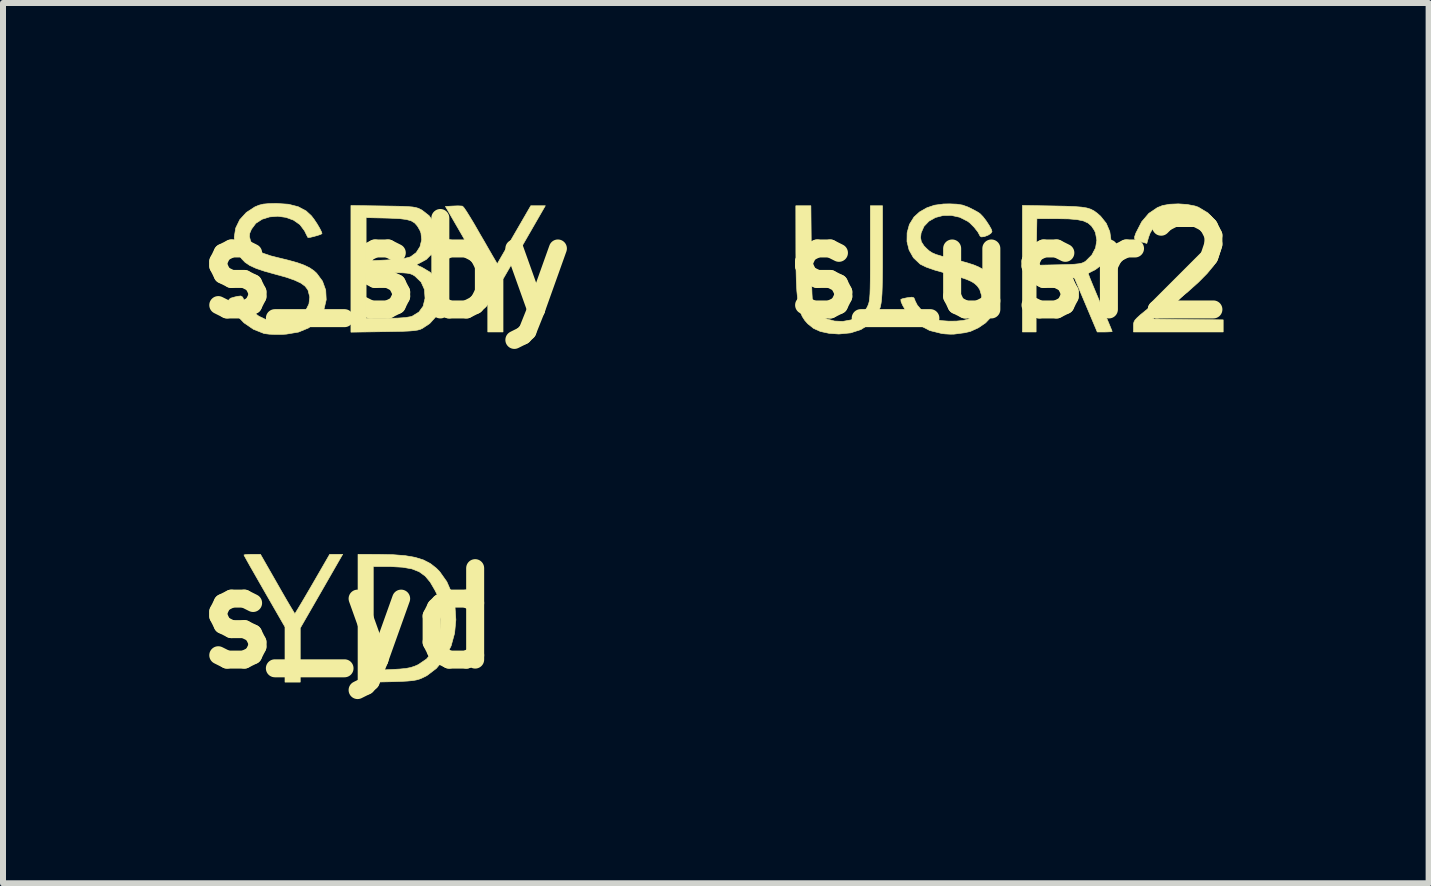
<source format=kicad_pcb>
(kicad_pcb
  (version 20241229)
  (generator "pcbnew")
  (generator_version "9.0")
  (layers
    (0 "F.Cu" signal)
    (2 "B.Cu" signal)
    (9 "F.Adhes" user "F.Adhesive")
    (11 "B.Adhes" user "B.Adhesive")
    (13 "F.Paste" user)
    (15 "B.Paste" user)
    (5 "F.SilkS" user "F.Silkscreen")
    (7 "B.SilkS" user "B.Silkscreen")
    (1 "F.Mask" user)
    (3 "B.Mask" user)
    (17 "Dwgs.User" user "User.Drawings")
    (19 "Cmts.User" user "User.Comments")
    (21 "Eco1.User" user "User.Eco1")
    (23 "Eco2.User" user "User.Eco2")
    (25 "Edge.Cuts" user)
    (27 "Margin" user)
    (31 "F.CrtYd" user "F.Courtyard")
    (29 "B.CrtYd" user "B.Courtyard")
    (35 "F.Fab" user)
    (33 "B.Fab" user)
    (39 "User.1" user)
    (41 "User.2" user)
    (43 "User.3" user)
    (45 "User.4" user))
  (footprint "s_usr2"
    (layer "F.Cu")
    (at 13.763 1.418)
    (property "Reference" "s_usr2" (at 0 0 0) (layer "F.SilkS") (effects (font (size 1.524 1.524) (thickness 0.3))))
    (attr through_hole)
    (fp_poly (pts (xy 2.974 -1.06) (xy 3.103 -1.035) (xy 3.16 -1.015) (xy 3.318 -0.92) (xy 3.438 -0.797) (xy 3.516 -0.651) (xy 3.55 -0.489) (xy 3.538 -0.317) (xy 3.484 -0.153) (xy 3.416 -0.043) (xy 3.308 0.088) (xy 3.164 0.234) (xy 2.988 0.392) (xy 2.785 0.557) (xy 2.7 0.622) (xy 2.397 0.849) (xy 2.985 0.856) (xy 3.574 0.863) (xy 3.574 1.065) (xy 2.079 1.065) (xy 2.079 0.965) (xy 2.08 0.929) (xy 2.087 0.898) (xy 2.104 0.867) (xy 2.139 0.829) (xy 2.194 0.779) (xy 2.277 0.711) (xy 2.391 0.621) (xy 2.463 0.565) (xy 2.698 0.379) (xy 2.89 0.216) (xy 3.041 0.076) (xy 3.152 -0.043) (xy 3.225 -0.141) (xy 3.242 -0.171) (xy 3.299 -0.329) (xy 3.31 -0.478) (xy 3.279 -0.613) (xy 3.208 -0.727) (xy 3.1 -0.814) (xy 2.96 -0.868) (xy 2.864 -0.882) (xy 2.699 -0.872) (xy 2.557 -0.817) (xy 2.442 -0.721) (xy 2.358 -0.588) (xy 2.331 -0.516) (xy 2.301 -0.411) (xy 2.209 -0.437) (xy 2.133 -0.459) (xy 2.099 -0.483) (xy 2.097 -0.521) (xy 2.121 -0.589) (xy 2.122 -0.59) (xy 2.215 -0.771) (xy 2.334 -0.911) (xy 2.477 -1.008) (xy 2.562 -1.042) (xy 2.683 -1.064) (xy 2.827 -1.07) (xy 2.974 -1.06)) (stroke (width 0.01) (type solid)) (fill yes) (layer "F.SilkS"))
    (fp_poly (pts (xy -3.29 -0.222) (xy -3.288 0.005) (xy -3.286 0.186) (xy -3.283 0.328) (xy -3.279 0.437) (xy -3.274 0.518) (xy -3.267 0.577) (xy -3.259 0.62) (xy -3.248 0.652) (xy -3.234 0.68) (xy -3.231 0.684) (xy -3.148 0.781) (xy -3.036 0.847) (xy -2.905 0.883) (xy -2.766 0.889) (xy -2.629 0.864) (xy -2.507 0.811) (xy -2.409 0.727) (xy -2.364 0.66) (xy -2.348 0.627) (xy -2.335 0.593) (xy -2.325 0.554) (xy -2.318 0.502) (xy -2.313 0.432) (xy -2.31 0.338) (xy -2.308 0.214) (xy -2.307 0.053) (xy -2.307 -0.15) (xy -2.307 -0.246) (xy -2.307 -1.039) (xy -2.104 -1.039) (xy -2.104 -0.258) (xy -2.104 -0.025) (xy -2.106 0.163) (xy -2.109 0.313) (xy -2.113 0.429) (xy -2.12 0.518) (xy -2.128 0.586) (xy -2.139 0.639) (xy -2.143 0.656) (xy -2.214 0.81) (xy -2.322 0.934) (xy -2.464 1.025) (xy -2.635 1.08) (xy -2.831 1.099) (xy -2.997 1.087) (xy -3.141 1.056) (xy -3.254 1.005) (xy -3.351 0.927) (xy -3.4 0.871) (xy -3.441 0.808) (xy -3.474 0.732) (xy -3.499 0.64) (xy -3.518 0.524) (xy -3.532 0.38) (xy -3.541 0.203) (xy -3.546 -0.013) (xy -3.548 -0.272) (xy -3.548 -0.349) (xy -3.549 -1.039) (xy -3.298 -1.039) (xy -3.29 -0.222)) (stroke (width 0.01) (type solid)) (fill yes) (layer "F.SilkS"))
    (fp_poly (pts (xy 0.754 -1.035) (xy 0.947 -1.031) (xy 1.096 -1.025) (xy 1.211 -1.016) (xy 1.299 -1.002) (xy 1.367 -0.981) (xy 1.424 -0.951) (xy 1.478 -0.911) (xy 1.53 -0.865) (xy 1.625 -0.746) (xy 1.684 -0.608) (xy 1.705 -0.461) (xy 1.691 -0.315) (xy 1.643 -0.179) (xy 1.56 -0.062) (xy 1.445 0.025) (xy 1.439 0.028) (xy 1.374 0.061) (xy 1.332 0.083) (xy 1.324 0.088) (xy 1.332 0.112) (xy 1.356 0.175) (xy 1.395 0.271) (xy 1.446 0.393) (xy 1.505 0.533) (xy 1.521 0.571) (xy 1.582 0.715) (xy 1.636 0.843) (xy 1.679 0.946) (xy 1.709 1.019) (xy 1.723 1.055) (xy 1.724 1.057) (xy 1.701 1.061) (xy 1.643 1.064) (xy 1.599 1.065) (xy 1.475 1.065) (xy 1.285 0.615) (xy 1.095 0.165) (xy 0.775 0.158) (xy 0.456 0.151) (xy 0.456 1.065) (xy 0.228 1.065) (xy 0.228 -0.047) (xy 0.455 -0.047) (xy 0.834 -0.055) (xy 0.984 -0.059) (xy 1.092 -0.064) (xy 1.168 -0.072) (xy 1.22 -0.083) (xy 1.257 -0.099) (xy 1.283 -0.116) (xy 1.385 -0.218) (xy 1.447 -0.337) (xy 1.468 -0.465) (xy 1.445 -0.59) (xy 1.425 -0.632) (xy 1.379 -0.701) (xy 1.321 -0.751) (xy 1.244 -0.786) (xy 1.139 -0.808) (xy 0.999 -0.82) (xy 0.824 -0.823) (xy 0.469 -0.824) (xy 0.462 -0.435) (xy 0.455 -0.047) (xy 0.228 -0.047) (xy 0.228 -1.044) (xy 0.754 -1.035)) (stroke (width 0.01) (type solid)) (fill yes) (layer "F.SilkS"))
    (fp_poly (pts (xy -0.864 -1.065) (xy -0.771 -1.05) (xy -0.684 -1.019) (xy -0.654 -1.005) (xy -0.573 -0.964) (xy -0.507 -0.927) (xy -0.48 -0.908) (xy -0.431 -0.858) (xy -0.377 -0.788) (xy -0.327 -0.712) (xy -0.291 -0.647) (xy -0.279 -0.609) (xy -0.299 -0.578) (xy -0.346 -0.548) (xy -0.404 -0.526) (xy -0.454 -0.519) (xy -0.477 -0.532) (xy -0.514 -0.601) (xy -0.577 -0.681) (xy -0.648 -0.752) (xy -0.683 -0.779) (xy -0.817 -0.847) (xy -0.957 -0.878) (xy -1.094 -0.876) (xy -1.222 -0.843) (xy -1.331 -0.781) (xy -1.413 -0.695) (xy -1.461 -0.586) (xy -1.47 -0.507) (xy -1.457 -0.438) (xy -1.412 -0.369) (xy -1.375 -0.331) (xy -1.328 -0.288) (xy -1.278 -0.255) (xy -1.214 -0.227) (xy -1.125 -0.2) (xy -0.998 -0.167) (xy -0.989 -0.165) (xy -0.817 -0.122) (xy -0.685 -0.085) (xy -0.585 -0.053) (xy -0.508 -0.021) (xy -0.444 0.013) (xy -0.404 0.039) (xy -0.297 0.143) (xy -0.226 0.272) (xy -0.193 0.42) (xy -0.199 0.574) (xy -0.245 0.726) (xy -0.298 0.82) (xy -0.386 0.913) (xy -0.506 0.995) (xy -0.638 1.055) (xy -0.735 1.078) (xy -0.821 1.089) (xy -0.896 1.099) (xy -0.913 1.101) (xy -0.974 1.102) (xy -1.061 1.097) (xy -1.115 1.091) (xy -1.317 1.041) (xy -1.492 0.949) (xy -1.604 0.854) (xy -1.663 0.785) (xy -1.719 0.705) (xy -1.765 0.627) (xy -1.794 0.563) (xy -1.799 0.524) (xy -1.796 0.521) (xy -1.767 0.51) (xy -1.706 0.497) (xy -1.682 0.493) (xy -1.615 0.485) (xy -1.582 0.495) (xy -1.565 0.529) (xy -1.562 0.544) (xy -1.525 0.617) (xy -1.456 0.699) (xy -1.369 0.776) (xy -1.279 0.834) (xy -1.226 0.856) (xy -1.126 0.876) (xy -1.002 0.885) (xy -0.874 0.884) (xy -0.76 0.873) (xy -0.677 0.852) (xy -0.573 0.785) (xy -0.499 0.69) (xy -0.457 0.579) (xy -0.451 0.464) (xy -0.484 0.356) (xy -0.524 0.299) (xy -0.569 0.257) (xy -0.628 0.221) (xy -0.709 0.186) (xy -0.82 0.149) (xy -0.969 0.107) (xy -1.051 0.085) (xy -1.235 0.033) (xy -1.375 -0.016) (xy -1.47 -0.062) (xy -1.481 -0.07) (xy -1.589 -0.173) (xy -1.661 -0.301) (xy -1.696 -0.442) (xy -1.694 -0.588) (xy -1.656 -0.727) (xy -1.58 -0.85) (xy -1.487 -0.935) (xy -1.364 -1.005) (xy -1.237 -1.048) (xy -1.088 -1.068) (xy -0.986 -1.07) (xy -0.864 -1.065)) (stroke (width 0.01) (type solid)) (fill yes) (layer "F.SilkS")))
  (footprint "s_sby"
    (layer "F.Cu")
    (at 3.382 1.418)
    (property "Reference" "s_sby" (at 0 0 0) (layer "F.SilkS") (effects (font (size 1.524 1.524) (thickness 0.3))))
    (attr through_hole)
    (fp_poly (pts (xy 2.305 -0.428) (xy 1.952 0.183) (xy 1.952 1.065) (xy 1.698 1.065) (xy 1.698 0.627) (xy 1.697 0.19) (xy 1.344 -0.418) (xy 0.992 -1.027) (xy 1.12 -1.034) (xy 1.2 -1.037) (xy 1.261 -1.034) (xy 1.278 -1.031) (xy 1.301 -1.006) (xy 1.343 -0.945) (xy 1.399 -0.855) (xy 1.465 -0.746) (xy 1.495 -0.694) (xy 1.57 -0.563) (xy 1.645 -0.435) (xy 1.71 -0.321) (xy 1.76 -0.235) (xy 1.769 -0.219) (xy 1.856 -0.071) (xy 2.135 -0.555) (xy 2.415 -1.039) (xy 2.657 -1.039) (xy 2.305 -0.428)) (stroke (width 0.01) (type solid)) (fill yes) (layer "F.SilkS"))
    (fp_poly (pts (xy -0.044 -1.035) (xy 0.135 -1.032) (xy 0.272 -1.029) (xy 0.373 -1.024) (xy 0.446 -1.018) (xy 0.5 -1.008) (xy 0.541 -0.996) (xy 0.578 -0.978) (xy 0.602 -0.965) (xy 0.721 -0.872) (xy 0.802 -0.756) (xy 0.848 -0.627) (xy 0.857 -0.492) (xy 0.831 -0.361) (xy 0.77 -0.242) (xy 0.674 -0.144) (xy 0.557 -0.081) (xy 0.521 -0.065) (xy 0.519 -0.051) (xy 0.556 -0.031) (xy 0.595 -0.015) (xy 0.737 0.069) (xy 0.838 0.184) (xy 0.899 0.329) (xy 0.919 0.494) (xy 0.899 0.664) (xy 0.836 0.807) (xy 0.73 0.924) (xy 0.608 1.005) (xy 0.573 1.021) (xy 0.53 1.033) (xy 0.471 1.042) (xy 0.389 1.049) (xy 0.278 1.054) (xy 0.129 1.057) (xy -0.032 1.06) (xy -0.583 1.068) (xy -0.583 0.076) (xy -0.33 0.076) (xy -0.33 0.837) (xy 0.013 0.837) (xy 0.193 0.834) (xy 0.325 0.825) (xy 0.413 0.81) (xy 0.438 0.802) (xy 0.55 0.733) (xy 0.62 0.637) (xy 0.651 0.51) (xy 0.652 0.501) (xy 0.642 0.356) (xy 0.587 0.234) (xy 0.487 0.137) (xy 0.482 0.133) (xy 0.445 0.11) (xy 0.406 0.095) (xy 0.354 0.085) (xy 0.28 0.079) (xy 0.175 0.077) (xy 0.034 0.076) (xy -0.33 0.076) (xy -0.583 0.076) (xy -0.583 -0.119) (xy -0.33 -0.119) (xy -0.002 -0.134) (xy 0.18 -0.145) (xy 0.314 -0.162) (xy 0.4 -0.184) (xy 0.412 -0.189) (xy 0.505 -0.258) (xy 0.568 -0.357) (xy 0.596 -0.47) (xy 0.584 -0.585) (xy 0.565 -0.632) (xy 0.524 -0.702) (xy 0.478 -0.753) (xy 0.42 -0.788) (xy 0.34 -0.81) (xy 0.229 -0.824) (xy 0.079 -0.831) (xy 0.024 -0.833) (xy -0.33 -0.841) (xy -0.33 -0.119) (xy -0.583 -0.119) (xy -0.583 -1.043) (xy -0.044 -1.035)) (stroke (width 0.01) (type solid)) (fill yes) (layer "F.SilkS"))
    (fp_poly (pts (xy -1.625 -1.064) (xy -1.463 -1.023) (xy -1.331 -0.953) (xy -1.242 -0.871) (xy -1.197 -0.812) (xy -1.147 -0.737) (xy -1.103 -0.662) (xy -1.073 -0.602) (xy -1.065 -0.575) (xy -1.086 -0.562) (xy -1.139 -0.544) (xy -1.204 -0.526) (xy -1.263 -0.512) (xy -1.297 -0.509) (xy -1.3 -0.51) (xy -1.314 -0.536) (xy -1.342 -0.592) (xy -1.356 -0.621) (xy -1.433 -0.724) (xy -1.54 -0.799) (xy -1.666 -0.845) (xy -1.802 -0.864) (xy -1.938 -0.853) (xy -2.063 -0.814) (xy -2.168 -0.746) (xy -2.241 -0.648) (xy -2.27 -0.579) (xy -2.275 -0.526) (xy -2.258 -0.459) (xy -2.254 -0.447) (xy -2.213 -0.366) (xy -2.148 -0.301) (xy -2.053 -0.249) (xy -1.918 -0.203) (xy -1.818 -0.178) (xy -1.626 -0.131) (xy -1.475 -0.089) (xy -1.359 -0.047) (xy -1.269 -0.003) (xy -1.197 0.047) (xy -1.154 0.087) (xy -1.057 0.218) (xy -1.003 0.368) (xy -0.995 0.528) (xy -1.033 0.69) (xy -1.062 0.754) (xy -1.159 0.894) (xy -1.29 0.998) (xy -1.457 1.067) (xy -1.66 1.101) (xy -1.723 1.105) (xy -1.836 1.106) (xy -1.942 1.102) (xy -2.022 1.092) (xy -2.035 1.089) (xy -2.207 1.021) (xy -2.365 0.913) (xy -2.497 0.774) (xy -2.586 0.626) (xy -2.612 0.563) (xy -2.616 0.525) (xy -2.588 0.502) (xy -2.523 0.483) (xy -2.471 0.471) (xy -2.418 0.465) (xy -2.388 0.484) (xy -2.363 0.54) (xy -2.362 0.543) (xy -2.309 0.634) (xy -2.222 0.724) (xy -2.118 0.802) (xy -2.012 0.853) (xy -1.991 0.859) (xy -1.849 0.882) (xy -1.703 0.885) (xy -1.574 0.867) (xy -1.544 0.858) (xy -1.425 0.797) (xy -1.337 0.707) (xy -1.283 0.599) (xy -1.269 0.482) (xy -1.299 0.367) (xy -1.303 0.36) (xy -1.347 0.302) (xy -1.418 0.25) (xy -1.523 0.201) (xy -1.667 0.151) (xy -1.838 0.104) (xy -2.021 0.053) (xy -2.161 0.006) (xy -2.267 -0.042) (xy -2.346 -0.095) (xy -2.406 -0.157) (xy -2.439 -0.204) (xy -2.508 -0.358) (xy -2.528 -0.514) (xy -2.504 -0.666) (xy -2.436 -0.806) (xy -2.327 -0.926) (xy -2.185 -1.019) (xy -2.116 -1.048) (xy -2.045 -1.066) (xy -1.956 -1.074) (xy -1.833 -1.077) (xy -1.825 -1.077) (xy -1.625 -1.064)) (stroke (width 0.01) (type solid)) (fill yes) (layer "F.SilkS")))
  (footprint "s_yd"
    (layer "F.Cu")
    (at 2.765 7.254)
    (property "Reference" "s_yd" (at 0 0 0) (layer "F.SilkS") (effects (font (size 1.524 1.524) (thickness 0.3))))
    (attr through_hole)
    (fp_poly (pts (xy -1.191 -0.57) (xy -1.11 -0.428) (xy -1.037 -0.302) (xy -0.976 -0.198) (xy -0.93 -0.122) (xy -0.905 -0.081) (xy -0.9 -0.076) (xy -0.886 -0.097) (xy -0.85 -0.156) (xy -0.796 -0.246) (xy -0.728 -0.361) (xy -0.649 -0.496) (xy -0.606 -0.57) (xy -0.32 -1.065) (xy -0.104 -1.065) (xy -0.457 -0.45) (xy -0.811 0.165) (xy -0.811 1.065) (xy -1.065 1.065) (xy -1.065 0.146) (xy -1.407 -0.449) (xy -1.497 -0.606) (xy -1.578 -0.748) (xy -1.648 -0.87) (xy -1.701 -0.965) (xy -1.736 -1.028) (xy -1.749 -1.054) (xy -1.749 -1.054) (xy -1.726 -1.06) (xy -1.667 -1.064) (xy -1.612 -1.065) (xy -1.474 -1.065) (xy -1.191 -0.57)) (stroke (width 0.01) (type solid)) (fill yes) (layer "F.SilkS"))
    (fp_poly (pts (xy 0.488 -1.064) (xy 0.734 -1.059) (xy 0.938 -1.043) (xy 1.105 -1.014) (xy 1.243 -0.971) (xy 1.358 -0.911) (xy 1.458 -0.833) (xy 1.512 -0.778) (xy 1.632 -0.609) (xy 1.718 -0.412) (xy 1.768 -0.197) (xy 1.783 0.027) (xy 1.762 0.249) (xy 1.704 0.46) (xy 1.609 0.651) (xy 1.595 0.672) (xy 1.457 0.837) (xy 1.299 0.957) (xy 1.229 0.992) (xy 1.179 1.013) (xy 1.127 1.028) (xy 1.064 1.039) (xy 0.981 1.047) (xy 0.87 1.053) (xy 0.721 1.058) (xy 0.627 1.06) (xy 0.152 1.071) (xy 0.152 -0.862) (xy 0.406 -0.862) (xy 0.406 0.869) (xy 0.711 0.855) (xy 0.85 0.847) (xy 0.951 0.837) (xy 1.029 0.822) (xy 1.096 0.8) (xy 1.155 0.774) (xy 1.294 0.68) (xy 1.401 0.552) (xy 1.476 0.388) (xy 1.519 0.186) (xy 1.532 -0.016) (xy 1.532 -0.134) (xy 1.527 -0.219) (xy 1.515 -0.286) (xy 1.49 -0.353) (xy 1.45 -0.436) (xy 1.432 -0.471) (xy 1.355 -0.603) (xy 1.271 -0.703) (xy 1.171 -0.775) (xy 1.049 -0.823) (xy 0.895 -0.85) (xy 0.702 -0.861) (xy 0.63 -0.862) (xy 0.406 -0.862) (xy 0.152 -0.862) (xy 0.152 -1.065) (xy 0.488 -1.064)) (stroke (width 0.01) (type solid)) (fill yes) (layer "F.SilkS")))
  (gr_rect
    (start -3 -3)
    (end 20.761 11.672)
    (stroke (width 0.1) (type default))
    (fill no)
    (layer "Edge.Cuts")))
</source>
